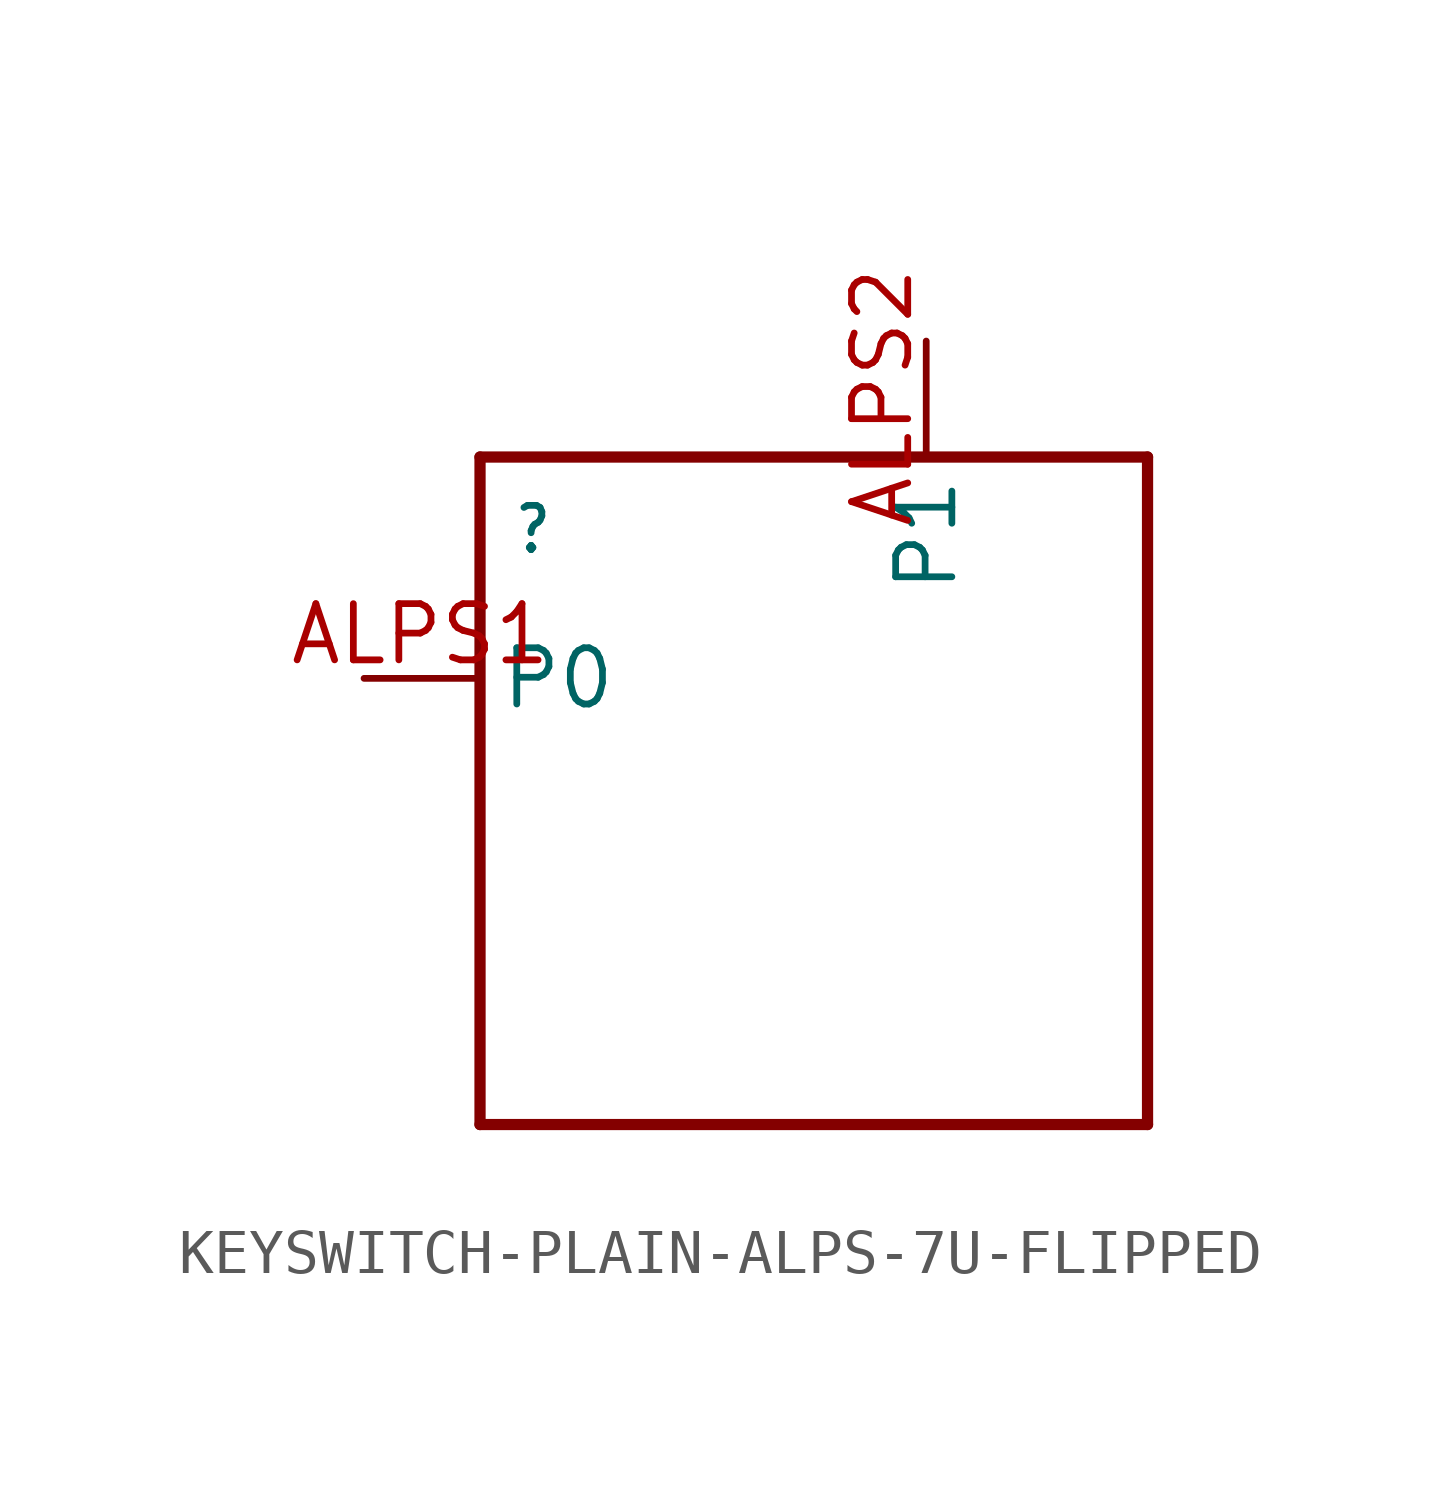
<source format=kicad_sym>
(kicad_symbol_lib
  (version 20211014)
  (generator kicad_symbol_editor)
  (symbol "KEYSWITCH-PLAIN-ALPS-7U-FLIPPED"
    (property "Reference" ""
      (at -6.81 5.318 0)
      (effects (font (size 1 0.85)) (justify left bottom)))
    (property "ki_locked" ""
      (at 0 0 0)
      (effects (font (size 1.27 1.27))))
    (symbol "KEYSWITCH-PLAIN-ALPS-7U-FLIPPED_1_0"
      (polyline (pts (xy -7.54 -7.54) (xy -7.54 7.54)) (stroke (width 0.254) (type default) (color 0 0 0 0)) (fill (type none)))
      (polyline (pts (xy -7.54 7.54) (xy 7.54 7.54)) (stroke (width 0.254) (type default) (color 0 0 0 0)) (fill (type none)))
      (polyline (pts (xy 7.54 -7.54) (xy -7.54 -7.54)) (stroke (width 0.254) (type default) (color 0 0 0 0)) (fill (type none)))
      (polyline (pts (xy 7.54 7.54) (xy 7.54 -7.54)) (stroke (width 0.254) (type default) (color 0 0 0 0)) (fill (type none)))
      (pin bidirectional line (at -10.16 2.54 0) (length 2.54) (name "P0" (effects (font (size 1.27 1.27)))) (number "ALPS1" (effects (font (size 1.27 1.27)))))
      (pin bidirectional line (at 2.54 10.16 270) (length 2.54) (name "P1" (effects (font (size 1.27 1.27)))) (number "ALPS2" (effects (font (size 1.27 1.27))))))))
</source>
